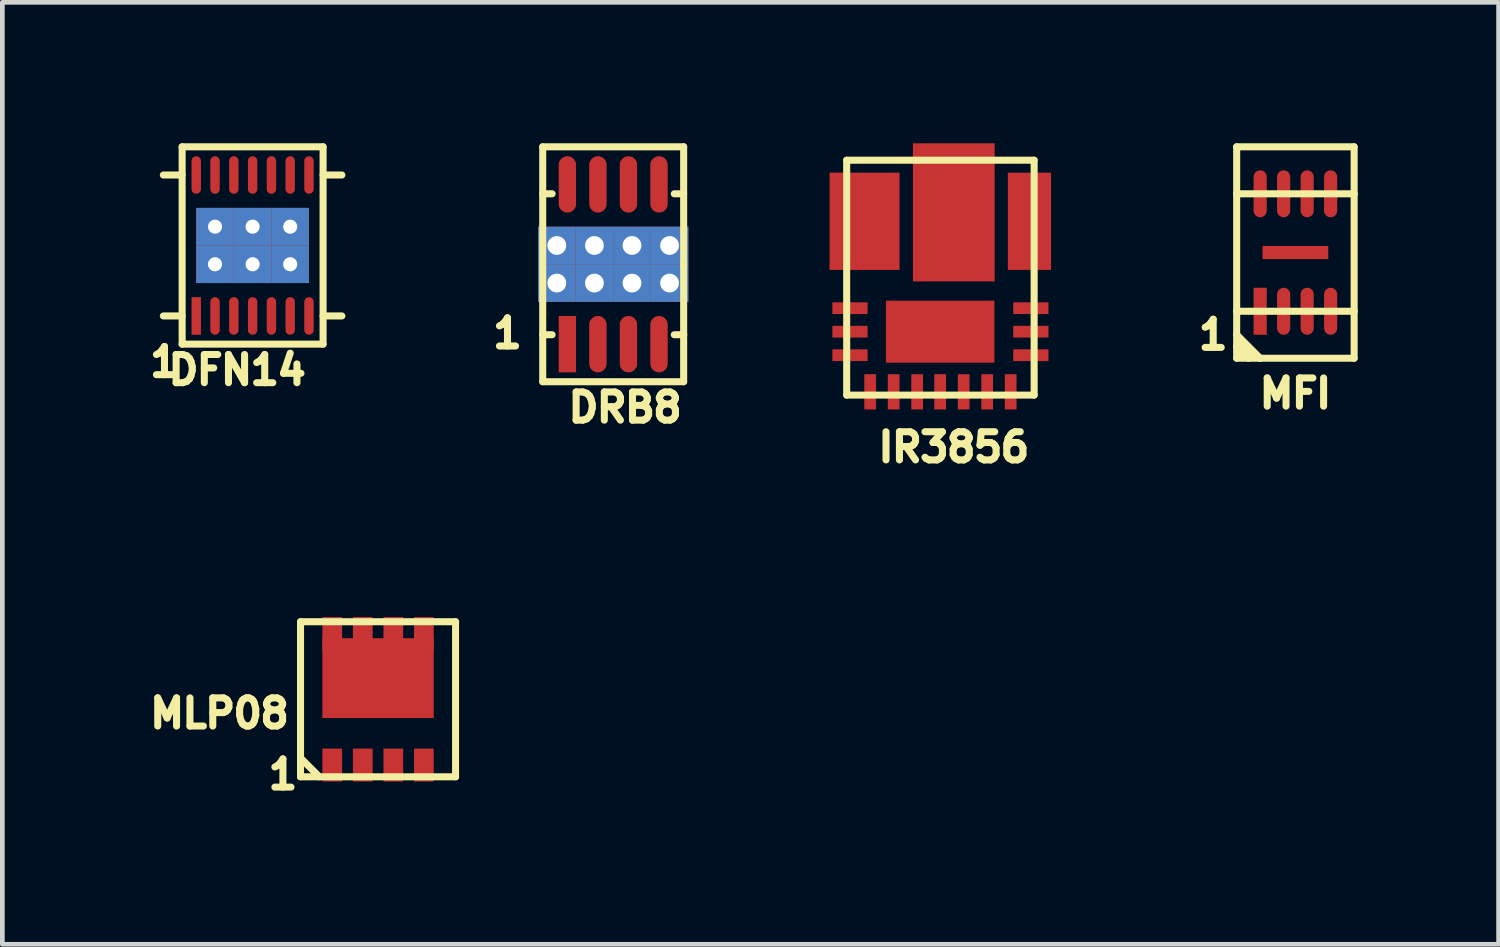
<source format=kicad_pcb>
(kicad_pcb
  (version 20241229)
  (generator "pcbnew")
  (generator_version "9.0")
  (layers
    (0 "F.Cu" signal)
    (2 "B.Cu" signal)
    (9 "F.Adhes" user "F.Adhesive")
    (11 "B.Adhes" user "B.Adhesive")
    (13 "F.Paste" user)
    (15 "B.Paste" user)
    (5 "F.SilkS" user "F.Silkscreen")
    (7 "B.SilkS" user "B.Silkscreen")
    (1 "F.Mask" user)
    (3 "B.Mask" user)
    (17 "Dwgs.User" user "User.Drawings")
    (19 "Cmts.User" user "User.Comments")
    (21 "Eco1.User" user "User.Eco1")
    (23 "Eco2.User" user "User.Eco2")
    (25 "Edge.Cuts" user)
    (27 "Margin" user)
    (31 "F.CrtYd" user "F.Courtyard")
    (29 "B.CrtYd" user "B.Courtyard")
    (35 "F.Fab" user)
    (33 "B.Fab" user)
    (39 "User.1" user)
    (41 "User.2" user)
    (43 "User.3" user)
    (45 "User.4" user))
  (footprint "DRB8"
    (layer "F.Cu")
    (at 10.002 2.575)
    (property "Reference" "DRB8" (at 0.254 3.048 0) (layer "F.SilkS") (effects (font (size 0.6 0.6) (thickness 0.15))))
    (attr through_hole)
    (fp_line (start -1.5 -2.5) (end 1.5 -2.5) (stroke (width 0.15) (type solid)) (layer "F.SilkS"))
    (fp_line (start -1.5 -1.5) (end -1.3 -1.5) (stroke (width 0.15) (type solid)) (layer "F.SilkS"))
    (fp_line (start -1.5 1.5) (end -1.3 1.5) (stroke (width 0.15) (type solid)) (layer "F.SilkS"))
    (fp_line (start -1.5 2.5) (end -1.5 -2.5) (stroke (width 0.15) (type solid)) (layer "F.SilkS"))
    (fp_line (start 1.5 -2.5) (end 1.5 0) (stroke (width 0.15) (type solid)) (layer "F.SilkS"))
    (fp_line (start 1.5 -1.5) (end 1.3 -1.5) (stroke (width 0.15) (type solid)) (layer "F.SilkS"))
    (fp_line (start 1.5 0) (end 1.5 1.5) (stroke (width 0.15) (type solid)) (layer "F.SilkS"))
    (fp_line (start 1.5 1.5) (end 1.3 1.5) (stroke (width 0.15) (type solid)) (layer "F.SilkS"))
    (fp_line (start 1.5 1.5) (end 1.5 2.5) (stroke (width 0.15) (type solid)) (layer "F.SilkS"))
    (fp_line (start 1.5 2.5) (end -1.5 2.5) (stroke (width 0.15) (type solid)) (layer "F.SilkS"))
    (fp_text user "1" (at -2.25 1.47 0) (layer "F.SilkS") (effects (font (size 0.6 0.6) (thickness 0.15))))
    (pad "1" smd rect (at -0.975 1.7 90) (size 1.2 0.37) (layers "F.Cu" "F.Mask" "F.Paste"))
    (pad "2" smd oval (at -0.325 1.7 90) (size 1.2 0.37) (layers "F.Cu" "F.Mask" "F.Paste"))
    (pad "3" smd oval (at 0.325 1.7 90) (size 1.2 0.37) (layers "F.Cu" "F.Mask" "F.Paste"))
    (pad "4" smd oval (at 0.975 1.7 90) (size 1.2 0.37) (layers "F.Cu" "F.Mask" "F.Paste"))
    (pad "5" smd oval (at 0.975 -1.7 90) (size 1.2 0.37) (layers "F.Cu" "F.Mask" "F.Paste"))
    (pad "6" smd oval (at 0.325 -1.7 90) (size 1.2 0.37) (layers "F.Cu" "F.Mask" "F.Paste"))
    (pad "7" smd oval (at -0.325 -1.7 90) (size 1.2 0.37) (layers "F.Cu" "F.Mask" "F.Paste"))
    (pad "8" smd oval (at -0.975 -1.7 90) (size 1.2 0.37) (layers "F.Cu" "F.Mask" "F.Paste"))
    (pad "PAD" thru_hole rect (at -1.2 -0.4 90) (size 0.8 0.8) (drill 0.4) (layers "*.Cu" "F.Mask" "F.Paste"))
    (pad "PAD" thru_hole rect (at -1.2 0.4 90) (size 0.8 0.8) (drill 0.4) (layers "*.Cu" "F.Mask" "F.Paste"))
    (pad "PAD" thru_hole rect (at -0.4 -0.4 90) (size 0.8 0.8) (drill 0.4) (layers "*.Cu" "F.Mask" "F.Paste"))
    (pad "PAD" thru_hole rect (at -0.4 0.4 90) (size 0.8 0.8) (drill 0.4) (layers "*.Cu" "F.Mask" "F.Paste"))
    (pad "PAD" thru_hole rect (at 0.4 -0.4 90) (size 0.8 0.8) (drill 0.4) (layers "*.Cu" "F.Mask" "F.Paste"))
    (pad "PAD" thru_hole rect (at 0.4 0.4 90) (size 0.8 0.8) (drill 0.4) (layers "*.Cu" "F.Mask" "F.Paste"))
    (pad "PAD" thru_hole rect (at 1.2 -0.4 90) (size 0.8 0.8) (drill 0.4) (layers "*.Cu" "F.Mask" "F.Paste"))
    (pad "PAD" thru_hole rect (at 1.2 0.4 90) (size 0.8 0.8) (drill 0.4) (layers "*.Cu" "F.Mask" "F.Paste")))
  (footprint "IR3856"
    (layer "F.Cu")
    (at 17.252 1.47)
    (property "Reference" "IR3856" (at 0 5 0) (layer "F.SilkS") (effects (font (size 0.6 0.6) (thickness 0.15))))
    (attr through_hole)
    (fp_line (start -2.28 -1.11) (end 1.71 -1.11) (stroke (width 0.15) (type solid)) (layer "F.SilkS"))
    (fp_line (start -2.28 3.89) (end -2.28 -1.11) (stroke (width 0.15) (type solid)) (layer "F.SilkS"))
    (fp_line (start 1.71 -1.11) (end 1.71 3.89) (stroke (width 0.15) (type solid)) (layer "F.SilkS"))
    (fp_line (start 1.71 3.89) (end -2.28 3.89) (stroke (width 0.15) (type solid)) (layer "F.SilkS"))
    (pad "1" smd rect (at -1.78 3.82) (size 0.25 0.75) (layers "F.Cu" "F.Mask" "F.Paste"))
    (pad "2" smd rect (at -1.28 3.82) (size 0.25 0.75) (layers "F.Cu" "F.Mask" "F.Paste"))
    (pad "3" smd rect (at -0.78 3.82) (size 0.25 0.75) (layers "F.Cu" "F.Mask" "F.Paste"))
    (pad "4" smd rect (at -0.29 3.82) (size 0.25 0.75) (layers "F.Cu" "F.Mask" "F.Paste"))
    (pad "5" smd rect (at 0.21 3.82) (size 0.25 0.75) (layers "F.Cu" "F.Mask" "F.Paste"))
    (pad "6" smd rect (at 0.71 3.82) (size 0.25 0.75) (layers "F.Cu" "F.Mask" "F.Paste"))
    (pad "7" smd rect (at 1.21 3.82) (size 0.25 0.75) (layers "F.Cu" "F.Mask" "F.Paste"))
    (pad "8" smd rect (at 1.64 3.04 90) (size 0.25 0.75) (layers "F.Cu" "F.Mask" "F.Paste"))
    (pad "9" smd rect (at 1.64 2.54 90) (size 0.25 0.75) (layers "F.Cu" "F.Mask" "F.Paste"))
    (pad "10" smd rect (at 1.64 2.04 90) (size 0.25 0.75) (layers "F.Cu" "F.Mask" "F.Paste"))
    (pad "11" smd rect (at 1.61 0.19) (size 0.92 2.07) (layers "F.Cu" "F.Mask" "F.Paste"))
    (pad "12" smd rect (at 0 0) (size 1.74 2.94) (layers "F.Cu" "F.Mask" "F.Paste"))
    (pad "13" smd rect (at -1.9 0.19) (size 1.49 2.07) (layers "F.Cu" "F.Mask" "F.Paste"))
    (pad "14" smd rect (at -2.21 2.04 90) (size 0.25 0.75) (layers "F.Cu" "F.Mask" "F.Paste"))
    (pad "15" smd rect (at -2.21 2.54 90) (size 0.25 0.75) (layers "F.Cu" "F.Mask" "F.Paste"))
    (pad "16" smd rect (at -2.21 3.04 90) (size 0.25 0.75) (layers "F.Cu" "F.Mask" "F.Paste"))
    (pad "17" smd rect (at -0.29 2.54) (size 2.31 1.32) (layers "F.Cu" "F.Mask" "F.Paste")))
  (footprint "DFN14"
    (layer "F.Cu")
    (at 2.327 2.175)
    (property "Reference" "DFN14" (at -0.328 2.651 0) (layer "F.SilkS") (effects (font (size 0.6 0.6) (thickness 0.15))))
    (attr through_hole)
    (fp_line (start -1.5 -2.1) (end 1.5 -2.1) (stroke (width 0.15) (type solid)) (layer "F.SilkS"))
    (fp_line (start -1.5 -1.5) (end -1.9 -1.5) (stroke (width 0.15) (type solid)) (layer "F.SilkS"))
    (fp_line (start -1.5 1.5) (end -1.9 1.5) (stroke (width 0.15) (type solid)) (layer "F.SilkS"))
    (fp_line (start -1.5 2.1) (end -1.5 -2.1) (stroke (width 0.15) (type solid)) (layer "F.SilkS"))
    (fp_line (start 1.5 -2.1) (end 1.5 2.1) (stroke (width 0.15) (type solid)) (layer "F.SilkS"))
    (fp_line (start 1.5 -1.5) (end 1.9 -1.5) (stroke (width 0.15) (type solid)) (layer "F.SilkS"))
    (fp_line (start 1.5 1.5) (end 1.9 1.5) (stroke (width 0.15) (type solid)) (layer "F.SilkS"))
    (fp_line (start 1.5 2.1) (end -1.5 2.1) (stroke (width 0.15) (type solid)) (layer "F.SilkS"))
    (fp_text user "1" (at -1.876 2.48 0) (layer "F.SilkS") (effects (font (size 0.6 0.6) (thickness 0.15))))
    (pad "1" smd rect (at -1.2 1.5) (size 0.2 0.8) (layers "F.Cu" "F.Mask" "F.Paste"))
    (pad "2" smd oval (at -0.8 1.5) (size 0.2 0.8) (layers "F.Cu" "F.Mask" "F.Paste"))
    (pad "3" smd oval (at -0.4 1.5) (size 0.2 0.8) (layers "F.Cu" "F.Mask" "F.Paste"))
    (pad "4" smd oval (at 0 1.5) (size 0.2 0.8) (layers "F.Cu" "F.Mask" "F.Paste"))
    (pad "5" smd oval (at 0.4 1.5) (size 0.2 0.8) (layers "F.Cu" "F.Mask" "F.Paste"))
    (pad "6" smd oval (at 0.8 1.5) (size 0.2 0.8) (layers "F.Cu" "F.Mask" "F.Paste"))
    (pad "7" smd oval (at 1.2 1.5) (size 0.2 0.8) (layers "F.Cu" "F.Mask" "F.Paste"))
    (pad "8" smd oval (at 1.2 -1.5) (size 0.2 0.8) (layers "F.Cu" "F.Mask" "F.Paste"))
    (pad "9" smd oval (at 0.8 -1.5) (size 0.2 0.8) (layers "F.Cu" "F.Mask" "F.Paste"))
    (pad "10" smd oval (at 0.4 -1.5) (size 0.2 0.8) (layers "F.Cu" "F.Mask" "F.Paste"))
    (pad "11" smd oval (at 0 -1.5) (size 0.2 0.8) (layers "F.Cu" "F.Mask" "F.Paste"))
    (pad "12" smd oval (at -0.4 -1.5) (size 0.2 0.8) (layers "F.Cu" "F.Mask" "F.Paste"))
    (pad "13" smd oval (at -0.8 -1.5) (size 0.2 0.8) (layers "F.Cu" "F.Mask" "F.Paste"))
    (pad "14" smd oval (at -1.2 -1.5) (size 0.2 0.8) (layers "F.Cu" "F.Mask" "F.Paste"))
    (pad "PAD" thru_hole rect (at -0.8 -0.4) (size 0.8 0.8) (drill 0.3) (layers "*.Cu" "F.Mask"))
    (pad "PAD" thru_hole rect (at -0.8 0.4) (size 0.8 0.8) (drill 0.3) (layers "*.Cu" "F.Mask"))
    (pad "PAD" thru_hole rect (at 0 -0.4) (size 0.8 0.8) (drill 0.3) (layers "*.Cu" "F.Mask"))
    (pad "PAD" thru_hole rect (at 0 0.4) (size 0.8 0.8) (drill 0.3) (layers "*.Cu" "F.Mask"))
    (pad "PAD" thru_hole rect (at 0.8 -0.4) (size 0.8 0.8) (drill 0.3) (layers "*.Cu" "F.Mask"))
    (pad "PAD" thru_hole rect (at 0.8 0.4) (size 0.8 0.8) (drill 0.3) (layers "*.Cu" "F.Mask")))
  (footprint "MFI"
    (layer "F.Cu")
    (at 24.523 2.325)
    (property "Reference" "MFI" (at 0 3 0) (layer "F.SilkS") (effects (font (size 0.6 0.6) (thickness 0.15))))
    (attr through_hole)
    (fp_line (start -1.25 -2.25) (end 1.25 -2.25) (stroke (width 0.15) (type solid)) (layer "F.SilkS"))
    (fp_line (start -1.25 -1.25) (end -1.25 -2.25) (stroke (width 0.15) (type solid)) (layer "F.SilkS"))
    (fp_line (start -1.25 -1.25) (end 1.25 -1.25) (stroke (width 0.15) (type solid)) (layer "F.SilkS"))
    (fp_line (start -1.25 1.25) (end -1.25 -1.25) (stroke (width 0.15) (type solid)) (layer "F.SilkS"))
    (fp_line (start -1.25 1.75) (end -1 2.25) (stroke (width 0.15) (type solid)) (layer "F.SilkS"))
    (fp_line (start -1.25 1.75) (end -0.75 2.25) (stroke (width 0.15) (type solid)) (layer "F.SilkS"))
    (fp_line (start -1.25 2) (end -1 2.25) (stroke (width 0.15) (type solid)) (layer "F.SilkS"))
    (fp_line (start -1.25 2.25) (end -1.25 1.25) (stroke (width 0.15) (type solid)) (layer "F.SilkS"))
    (fp_line (start -0.75 2.25) (end -1.25 2) (stroke (width 0.15) (type solid)) (layer "F.SilkS"))
    (fp_line (start 1.25 -2.25) (end 1.25 -1.25) (stroke (width 0.15) (type solid)) (layer "F.SilkS"))
    (fp_line (start 1.25 -1.25) (end 1.25 1.25) (stroke (width 0.15) (type solid)) (layer "F.SilkS"))
    (fp_line (start 1.25 1.25) (end -1.25 1.25) (stroke (width 0.15) (type solid)) (layer "F.SilkS"))
    (fp_line (start 1.25 1.25) (end 1.25 2.25) (stroke (width 0.15) (type solid)) (layer "F.SilkS"))
    (fp_line (start 1.25 2.25) (end -1.25 2.25) (stroke (width 0.15) (type solid)) (layer "F.SilkS"))
    (fp_text user "1" (at -1.75 1.75 0) (layer "F.SilkS") (effects (font (size 0.6 0.6) (thickness 0.15))))
    (pad "1" smd rect (at -0.75 1.25) (size 0.28 1) (layers "F.Cu" "F.Mask" "F.Paste"))
    (pad "2" smd oval (at -0.25 1.25) (size 0.28 1) (layers "F.Cu" "F.Mask" "F.Paste"))
    (pad "3" smd oval (at 0.25 1.25) (size 0.28 1) (layers "F.Cu" "F.Mask" "F.Paste"))
    (pad "4" smd oval (at 0.75 1.25) (size 0.28 1) (layers "F.Cu" "F.Mask" "F.Paste"))
    (pad "5" smd oval (at 0.75 -1.25) (size 0.28 1) (layers "F.Cu" "F.Mask" "F.Paste"))
    (pad "6" smd oval (at 0.25 -1.25) (size 0.28 1) (layers "F.Cu" "F.Mask" "F.Paste"))
    (pad "7" smd oval (at -0.25 -1.25) (size 0.28 1) (layers "F.Cu" "F.Mask" "F.Paste"))
    (pad "8" smd oval (at -0.75 -1.25) (size 0.28 1) (layers "F.Cu" "F.Mask" "F.Paste"))
    (pad "PAD" smd rect (at 0 0 90) (size 0.28 1.4) (layers "F.Cu" "F.Mask" "F.Paste")))
  (footprint "MLP08"
    (layer "F.Cu")
    (at 4.997 11.834)
    (property "Reference" "MLP08" (at -3.375 0.3 0) (layer "F.SilkS") (effects (font (size 0.6 0.6) (thickness 0.15))))
    (attr smd)
    (fp_line (start -1.65 -1.65) (end 1.65 -1.65) (stroke (width 0.15) (type solid)) (layer "F.SilkS"))
    (fp_line (start -1.65 1.65) (end -1.65 -1.65) (stroke (width 0.15) (type solid)) (layer "F.SilkS"))
    (fp_line (start -1.25 1.65) (end -1.65 1.25) (stroke (width 0.15) (type solid)) (layer "F.SilkS"))
    (fp_line (start 1.65 -1.65) (end 1.65 1.65) (stroke (width 0.15) (type solid)) (layer "F.SilkS"))
    (fp_line (start 1.65 1.65) (end -1.65 1.65) (stroke (width 0.15) (type solid)) (layer "F.SilkS"))
    (fp_text user "1" (at -2.025 1.6 0) (layer "F.SilkS") (effects (font (size 0.6 0.6) (thickness 0.15))))
    (pad "1" smd rect (at -0.975 1.4) (size 0.42 0.7) (layers "F.Cu" "F.Mask" "F.Paste"))
    (pad "2" smd rect (at -0.325 1.4) (size 0.42 0.7) (layers "F.Cu" "F.Mask" "F.Paste"))
    (pad "3" smd rect (at 0.325 1.4) (size 0.42 0.7) (layers "F.Cu" "F.Mask" "F.Paste"))
    (pad "4" smd rect (at 0.975 1.4) (size 0.42 0.7) (layers "F.Cu" "F.Mask" "F.Paste"))
    (pad "5" smd rect (at 0.975 -1.4) (size 0.42 0.7) (layers "F.Cu" "F.Mask" "F.Paste"))
    (pad "6" smd rect (at 0.325 -1.4) (size 0.42 0.7) (layers "F.Cu" "F.Mask" "F.Paste"))
    (pad "7" smd rect (at -0.325 -1.4) (size 0.42 0.7) (layers "F.Cu" "F.Mask" "F.Paste"))
    (pad "8" smd rect (at -0.975 -1.4) (size 0.42 0.7) (layers "F.Cu" "F.Mask" "F.Paste"))
    (pad "8" smd rect (at 0 -0.45) (size 2.37 1.7) (layers "F.Cu" "F.Mask" "F.Paste")))
  (gr_rect
    (start -3 -3)
    (end 28.848 17.049)
    (stroke (width 0.1) (type default))
    (fill no)
    (layer "Edge.Cuts")))
</source>
